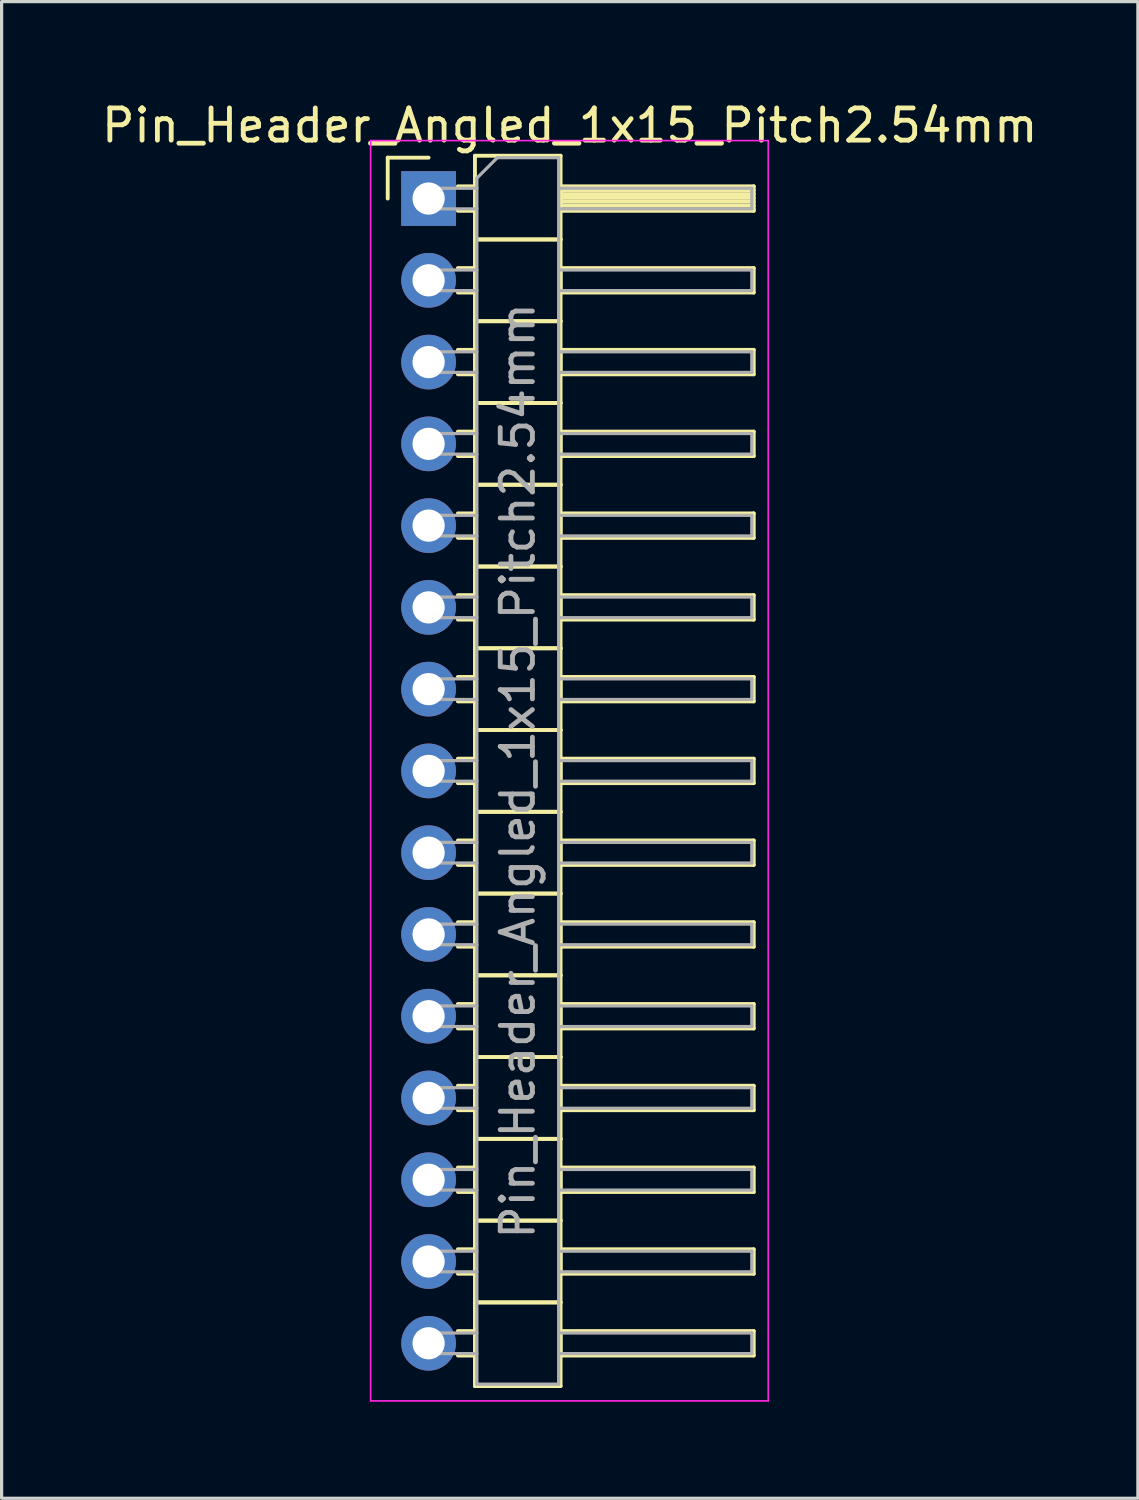
<source format=kicad_pcb>
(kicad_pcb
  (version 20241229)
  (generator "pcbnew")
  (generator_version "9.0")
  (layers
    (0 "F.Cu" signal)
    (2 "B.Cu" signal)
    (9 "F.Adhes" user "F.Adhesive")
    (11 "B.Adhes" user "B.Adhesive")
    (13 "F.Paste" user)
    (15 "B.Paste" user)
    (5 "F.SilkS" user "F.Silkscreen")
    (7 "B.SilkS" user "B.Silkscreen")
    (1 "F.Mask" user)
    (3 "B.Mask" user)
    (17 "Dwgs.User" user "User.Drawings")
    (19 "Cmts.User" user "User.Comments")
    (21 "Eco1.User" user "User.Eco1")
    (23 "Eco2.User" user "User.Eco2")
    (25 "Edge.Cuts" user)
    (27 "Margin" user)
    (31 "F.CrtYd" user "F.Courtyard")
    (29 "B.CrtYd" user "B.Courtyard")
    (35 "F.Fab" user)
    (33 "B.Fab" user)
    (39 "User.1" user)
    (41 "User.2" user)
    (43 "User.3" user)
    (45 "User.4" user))
  (footprint "Pin_Header_Angled_1x15_Pitch2.54mm"
    (layer "F.Cu")
    (at 10.264 3.118)
    (property "Reference" "Pin_Header_Angled_1x15_Pitch2.54mm" (at 4.385 -2.27 0) (layer "F.SilkS") (effects (font (size 1 1) (thickness 0.15))))
    (attr through_hole)
    (fp_line (start -1.27 -1.27) (end 0 -1.27) (stroke (width 0.12) (type solid)) (layer "F.SilkS"))
    (fp_line (start -1.27 0) (end -1.27 -1.27) (stroke (width 0.12) (type solid)) (layer "F.SilkS"))
    (fp_line (start 0.91 -0.38) (end 1.44 -0.38) (stroke (width 0.12) (type solid)) (layer "F.SilkS"))
    (fp_line (start 0.91 0.38) (end 1.44 0.38) (stroke (width 0.12) (type solid)) (layer "F.SilkS"))
    (fp_line (start 0.91 2.16) (end 1.44 2.16) (stroke (width 0.12) (type solid)) (layer "F.SilkS"))
    (fp_line (start 0.91 2.92) (end 1.44 2.92) (stroke (width 0.12) (type solid)) (layer "F.SilkS"))
    (fp_line (start 0.91 4.7) (end 1.44 4.7) (stroke (width 0.12) (type solid)) (layer "F.SilkS"))
    (fp_line (start 0.91 5.46) (end 1.44 5.46) (stroke (width 0.12) (type solid)) (layer "F.SilkS"))
    (fp_line (start 0.91 7.24) (end 1.44 7.24) (stroke (width 0.12) (type solid)) (layer "F.SilkS"))
    (fp_line (start 0.91 8) (end 1.44 8) (stroke (width 0.12) (type solid)) (layer "F.SilkS"))
    (fp_line (start 0.91 9.78) (end 1.44 9.78) (stroke (width 0.12) (type solid)) (layer "F.SilkS"))
    (fp_line (start 0.91 10.54) (end 1.44 10.54) (stroke (width 0.12) (type solid)) (layer "F.SilkS"))
    (fp_line (start 0.91 12.32) (end 1.44 12.32) (stroke (width 0.12) (type solid)) (layer "F.SilkS"))
    (fp_line (start 0.91 13.08) (end 1.44 13.08) (stroke (width 0.12) (type solid)) (layer "F.SilkS"))
    (fp_line (start 0.91 14.86) (end 1.44 14.86) (stroke (width 0.12) (type solid)) (layer "F.SilkS"))
    (fp_line (start 0.91 15.62) (end 1.44 15.62) (stroke (width 0.12) (type solid)) (layer "F.SilkS"))
    (fp_line (start 0.91 17.4) (end 1.44 17.4) (stroke (width 0.12) (type solid)) (layer "F.SilkS"))
    (fp_line (start 0.91 18.16) (end 1.44 18.16) (stroke (width 0.12) (type solid)) (layer "F.SilkS"))
    (fp_line (start 0.91 19.94) (end 1.44 19.94) (stroke (width 0.12) (type solid)) (layer "F.SilkS"))
    (fp_line (start 0.91 20.7) (end 1.44 20.7) (stroke (width 0.12) (type solid)) (layer "F.SilkS"))
    (fp_line (start 0.91 22.48) (end 1.44 22.48) (stroke (width 0.12) (type solid)) (layer "F.SilkS"))
    (fp_line (start 0.91 23.24) (end 1.44 23.24) (stroke (width 0.12) (type solid)) (layer "F.SilkS"))
    (fp_line (start 0.91 25.02) (end 1.44 25.02) (stroke (width 0.12) (type solid)) (layer "F.SilkS"))
    (fp_line (start 0.91 25.78) (end 1.44 25.78) (stroke (width 0.12) (type solid)) (layer "F.SilkS"))
    (fp_line (start 0.91 27.56) (end 1.44 27.56) (stroke (width 0.12) (type solid)) (layer "F.SilkS"))
    (fp_line (start 0.91 28.32) (end 1.44 28.32) (stroke (width 0.12) (type solid)) (layer "F.SilkS"))
    (fp_line (start 0.91 30.1) (end 1.44 30.1) (stroke (width 0.12) (type solid)) (layer "F.SilkS"))
    (fp_line (start 0.91 30.86) (end 1.44 30.86) (stroke (width 0.12) (type solid)) (layer "F.SilkS"))
    (fp_line (start 0.91 32.64) (end 1.44 32.64) (stroke (width 0.12) (type solid)) (layer "F.SilkS"))
    (fp_line (start 0.91 33.4) (end 1.44 33.4) (stroke (width 0.12) (type solid)) (layer "F.SilkS"))
    (fp_line (start 0.91 35.18) (end 1.44 35.18) (stroke (width 0.12) (type solid)) (layer "F.SilkS"))
    (fp_line (start 0.91 35.94) (end 1.44 35.94) (stroke (width 0.12) (type solid)) (layer "F.SilkS"))
    (fp_line (start 1.44 -1.33) (end 1.44 1.27) (stroke (width 0.12) (type solid)) (layer "F.SilkS"))
    (fp_line (start 1.44 1.27) (end 1.44 3.81) (stroke (width 0.12) (type solid)) (layer "F.SilkS"))
    (fp_line (start 1.44 1.27) (end 4.1 1.27) (stroke (width 0.12) (type solid)) (layer "F.SilkS"))
    (fp_line (start 1.44 3.81) (end 1.44 6.35) (stroke (width 0.12) (type solid)) (layer "F.SilkS"))
    (fp_line (start 1.44 3.81) (end 4.1 3.81) (stroke (width 0.12) (type solid)) (layer "F.SilkS"))
    (fp_line (start 1.44 6.35) (end 1.44 8.89) (stroke (width 0.12) (type solid)) (layer "F.SilkS"))
    (fp_line (start 1.44 6.35) (end 4.1 6.35) (stroke (width 0.12) (type solid)) (layer "F.SilkS"))
    (fp_line (start 1.44 8.89) (end 1.44 11.43) (stroke (width 0.12) (type solid)) (layer "F.SilkS"))
    (fp_line (start 1.44 8.89) (end 4.1 8.89) (stroke (width 0.12) (type solid)) (layer "F.SilkS"))
    (fp_line (start 1.44 11.43) (end 1.44 13.97) (stroke (width 0.12) (type solid)) (layer "F.SilkS"))
    (fp_line (start 1.44 11.43) (end 4.1 11.43) (stroke (width 0.12) (type solid)) (layer "F.SilkS"))
    (fp_line (start 1.44 13.97) (end 1.44 16.51) (stroke (width 0.12) (type solid)) (layer "F.SilkS"))
    (fp_line (start 1.44 13.97) (end 4.1 13.97) (stroke (width 0.12) (type solid)) (layer "F.SilkS"))
    (fp_line (start 1.44 16.51) (end 1.44 19.05) (stroke (width 0.12) (type solid)) (layer "F.SilkS"))
    (fp_line (start 1.44 16.51) (end 4.1 16.51) (stroke (width 0.12) (type solid)) (layer "F.SilkS"))
    (fp_line (start 1.44 19.05) (end 1.44 21.59) (stroke (width 0.12) (type solid)) (layer "F.SilkS"))
    (fp_line (start 1.44 19.05) (end 4.1 19.05) (stroke (width 0.12) (type solid)) (layer "F.SilkS"))
    (fp_line (start 1.44 21.59) (end 1.44 24.13) (stroke (width 0.12) (type solid)) (layer "F.SilkS"))
    (fp_line (start 1.44 21.59) (end 4.1 21.59) (stroke (width 0.12) (type solid)) (layer "F.SilkS"))
    (fp_line (start 1.44 24.13) (end 1.44 26.67) (stroke (width 0.12) (type solid)) (layer "F.SilkS"))
    (fp_line (start 1.44 24.13) (end 4.1 24.13) (stroke (width 0.12) (type solid)) (layer "F.SilkS"))
    (fp_line (start 1.44 26.67) (end 1.44 29.21) (stroke (width 0.12) (type solid)) (layer "F.SilkS"))
    (fp_line (start 1.44 26.67) (end 4.1 26.67) (stroke (width 0.12) (type solid)) (layer "F.SilkS"))
    (fp_line (start 1.44 29.21) (end 1.44 31.75) (stroke (width 0.12) (type solid)) (layer "F.SilkS"))
    (fp_line (start 1.44 29.21) (end 4.1 29.21) (stroke (width 0.12) (type solid)) (layer "F.SilkS"))
    (fp_line (start 1.44 31.75) (end 1.44 34.29) (stroke (width 0.12) (type solid)) (layer "F.SilkS"))
    (fp_line (start 1.44 31.75) (end 4.1 31.75) (stroke (width 0.12) (type solid)) (layer "F.SilkS"))
    (fp_line (start 1.44 34.29) (end 1.44 36.89) (stroke (width 0.12) (type solid)) (layer "F.SilkS"))
    (fp_line (start 1.44 34.29) (end 4.1 34.29) (stroke (width 0.12) (type solid)) (layer "F.SilkS"))
    (fp_line (start 1.44 36.89) (end 4.1 36.89) (stroke (width 0.12) (type solid)) (layer "F.SilkS"))
    (fp_line (start 4.1 -1.33) (end 1.44 -1.33) (stroke (width 0.12) (type solid)) (layer "F.SilkS"))
    (fp_line (start 4.1 -0.38) (end 4.1 0.38) (stroke (width 0.12) (type solid)) (layer "F.SilkS"))
    (fp_line (start 4.1 -0.26) (end 10.1 -0.26) (stroke (width 0.12) (type solid)) (layer "F.SilkS"))
    (fp_line (start 4.1 -0.14) (end 10.1 -0.14) (stroke (width 0.12) (type solid)) (layer "F.SilkS"))
    (fp_line (start 4.1 -0.02) (end 10.1 -0.02) (stroke (width 0.12) (type solid)) (layer "F.SilkS"))
    (fp_line (start 4.1 0.1) (end 10.1 0.1) (stroke (width 0.12) (type solid)) (layer "F.SilkS"))
    (fp_line (start 4.1 0.22) (end 10.1 0.22) (stroke (width 0.12) (type solid)) (layer "F.SilkS"))
    (fp_line (start 4.1 0.34) (end 10.1 0.34) (stroke (width 0.12) (type solid)) (layer "F.SilkS"))
    (fp_line (start 4.1 0.38) (end 10.1 0.38) (stroke (width 0.12) (type solid)) (layer "F.SilkS"))
    (fp_line (start 4.1 1.27) (end 1.44 1.27) (stroke (width 0.12) (type solid)) (layer "F.SilkS"))
    (fp_line (start 4.1 1.27) (end 4.1 -1.33) (stroke (width 0.12) (type solid)) (layer "F.SilkS"))
    (fp_line (start 4.1 2.16) (end 4.1 2.92) (stroke (width 0.12) (type solid)) (layer "F.SilkS"))
    (fp_line (start 4.1 2.92) (end 10.1 2.92) (stroke (width 0.12) (type solid)) (layer "F.SilkS"))
    (fp_line (start 4.1 3.81) (end 1.44 3.81) (stroke (width 0.12) (type solid)) (layer "F.SilkS"))
    (fp_line (start 4.1 3.81) (end 4.1 1.27) (stroke (width 0.12) (type solid)) (layer "F.SilkS"))
    (fp_line (start 4.1 4.7) (end 4.1 5.46) (stroke (width 0.12) (type solid)) (layer "F.SilkS"))
    (fp_line (start 4.1 5.46) (end 10.1 5.46) (stroke (width 0.12) (type solid)) (layer "F.SilkS"))
    (fp_line (start 4.1 6.35) (end 1.44 6.35) (stroke (width 0.12) (type solid)) (layer "F.SilkS"))
    (fp_line (start 4.1 6.35) (end 4.1 3.81) (stroke (width 0.12) (type solid)) (layer "F.SilkS"))
    (fp_line (start 4.1 7.24) (end 4.1 8) (stroke (width 0.12) (type solid)) (layer "F.SilkS"))
    (fp_line (start 4.1 8) (end 10.1 8) (stroke (width 0.12) (type solid)) (layer "F.SilkS"))
    (fp_line (start 4.1 8.89) (end 1.44 8.89) (stroke (width 0.12) (type solid)) (layer "F.SilkS"))
    (fp_line (start 4.1 8.89) (end 4.1 6.35) (stroke (width 0.12) (type solid)) (layer "F.SilkS"))
    (fp_line (start 4.1 9.78) (end 4.1 10.54) (stroke (width 0.12) (type solid)) (layer "F.SilkS"))
    (fp_line (start 4.1 10.54) (end 10.1 10.54) (stroke (width 0.12) (type solid)) (layer "F.SilkS"))
    (fp_line (start 4.1 11.43) (end 1.44 11.43) (stroke (width 0.12) (type solid)) (layer "F.SilkS"))
    (fp_line (start 4.1 11.43) (end 4.1 8.89) (stroke (width 0.12) (type solid)) (layer "F.SilkS"))
    (fp_line (start 4.1 12.32) (end 4.1 13.08) (stroke (width 0.12) (type solid)) (layer "F.SilkS"))
    (fp_line (start 4.1 13.08) (end 10.1 13.08) (stroke (width 0.12) (type solid)) (layer "F.SilkS"))
    (fp_line (start 4.1 13.97) (end 1.44 13.97) (stroke (width 0.12) (type solid)) (layer "F.SilkS"))
    (fp_line (start 4.1 13.97) (end 4.1 11.43) (stroke (width 0.12) (type solid)) (layer "F.SilkS"))
    (fp_line (start 4.1 14.86) (end 4.1 15.62) (stroke (width 0.12) (type solid)) (layer "F.SilkS"))
    (fp_line (start 4.1 15.62) (end 10.1 15.62) (stroke (width 0.12) (type solid)) (layer "F.SilkS"))
    (fp_line (start 4.1 16.51) (end 1.44 16.51) (stroke (width 0.12) (type solid)) (layer "F.SilkS"))
    (fp_line (start 4.1 16.51) (end 4.1 13.97) (stroke (width 0.12) (type solid)) (layer "F.SilkS"))
    (fp_line (start 4.1 17.4) (end 4.1 18.16) (stroke (width 0.12) (type solid)) (layer "F.SilkS"))
    (fp_line (start 4.1 18.16) (end 10.1 18.16) (stroke (width 0.12) (type solid)) (layer "F.SilkS"))
    (fp_line (start 4.1 19.05) (end 1.44 19.05) (stroke (width 0.12) (type solid)) (layer "F.SilkS"))
    (fp_line (start 4.1 19.05) (end 4.1 16.51) (stroke (width 0.12) (type solid)) (layer "F.SilkS"))
    (fp_line (start 4.1 19.94) (end 4.1 20.7) (stroke (width 0.12) (type solid)) (layer "F.SilkS"))
    (fp_line (start 4.1 20.7) (end 10.1 20.7) (stroke (width 0.12) (type solid)) (layer "F.SilkS"))
    (fp_line (start 4.1 21.59) (end 1.44 21.59) (stroke (width 0.12) (type solid)) (layer "F.SilkS"))
    (fp_line (start 4.1 21.59) (end 4.1 19.05) (stroke (width 0.12) (type solid)) (layer "F.SilkS"))
    (fp_line (start 4.1 22.48) (end 4.1 23.24) (stroke (width 0.12) (type solid)) (layer "F.SilkS"))
    (fp_line (start 4.1 23.24) (end 10.1 23.24) (stroke (width 0.12) (type solid)) (layer "F.SilkS"))
    (fp_line (start 4.1 24.13) (end 1.44 24.13) (stroke (width 0.12) (type solid)) (layer "F.SilkS"))
    (fp_line (start 4.1 24.13) (end 4.1 21.59) (stroke (width 0.12) (type solid)) (layer "F.SilkS"))
    (fp_line (start 4.1 25.02) (end 4.1 25.78) (stroke (width 0.12) (type solid)) (layer "F.SilkS"))
    (fp_line (start 4.1 25.78) (end 10.1 25.78) (stroke (width 0.12) (type solid)) (layer "F.SilkS"))
    (fp_line (start 4.1 26.67) (end 1.44 26.67) (stroke (width 0.12) (type solid)) (layer "F.SilkS"))
    (fp_line (start 4.1 26.67) (end 4.1 24.13) (stroke (width 0.12) (type solid)) (layer "F.SilkS"))
    (fp_line (start 4.1 27.56) (end 4.1 28.32) (stroke (width 0.12) (type solid)) (layer "F.SilkS"))
    (fp_line (start 4.1 28.32) (end 10.1 28.32) (stroke (width 0.12) (type solid)) (layer "F.SilkS"))
    (fp_line (start 4.1 29.21) (end 1.44 29.21) (stroke (width 0.12) (type solid)) (layer "F.SilkS"))
    (fp_line (start 4.1 29.21) (end 4.1 26.67) (stroke (width 0.12) (type solid)) (layer "F.SilkS"))
    (fp_line (start 4.1 30.1) (end 4.1 30.86) (stroke (width 0.12) (type solid)) (layer "F.SilkS"))
    (fp_line (start 4.1 30.86) (end 10.1 30.86) (stroke (width 0.12) (type solid)) (layer "F.SilkS"))
    (fp_line (start 4.1 31.75) (end 1.44 31.75) (stroke (width 0.12) (type solid)) (layer "F.SilkS"))
    (fp_line (start 4.1 31.75) (end 4.1 29.21) (stroke (width 0.12) (type solid)) (layer "F.SilkS"))
    (fp_line (start 4.1 32.64) (end 4.1 33.4) (stroke (width 0.12) (type solid)) (layer "F.SilkS"))
    (fp_line (start 4.1 33.4) (end 10.1 33.4) (stroke (width 0.12) (type solid)) (layer "F.SilkS"))
    (fp_line (start 4.1 34.29) (end 1.44 34.29) (stroke (width 0.12) (type solid)) (layer "F.SilkS"))
    (fp_line (start 4.1 34.29) (end 4.1 31.75) (stroke (width 0.12) (type solid)) (layer "F.SilkS"))
    (fp_line (start 4.1 35.18) (end 4.1 35.94) (stroke (width 0.12) (type solid)) (layer "F.SilkS"))
    (fp_line (start 4.1 35.94) (end 10.1 35.94) (stroke (width 0.12) (type solid)) (layer "F.SilkS"))
    (fp_line (start 4.1 36.89) (end 4.1 34.29) (stroke (width 0.12) (type solid)) (layer "F.SilkS"))
    (fp_line (start 10.1 -0.38) (end 4.1 -0.38) (stroke (width 0.12) (type solid)) (layer "F.SilkS"))
    (fp_line (start 10.1 0.38) (end 10.1 -0.38) (stroke (width 0.12) (type solid)) (layer "F.SilkS"))
    (fp_line (start 10.1 2.16) (end 4.1 2.16) (stroke (width 0.12) (type solid)) (layer "F.SilkS"))
    (fp_line (start 10.1 2.92) (end 10.1 2.16) (stroke (width 0.12) (type solid)) (layer "F.SilkS"))
    (fp_line (start 10.1 4.7) (end 4.1 4.7) (stroke (width 0.12) (type solid)) (layer "F.SilkS"))
    (fp_line (start 10.1 5.46) (end 10.1 4.7) (stroke (width 0.12) (type solid)) (layer "F.SilkS"))
    (fp_line (start 10.1 7.24) (end 4.1 7.24) (stroke (width 0.12) (type solid)) (layer "F.SilkS"))
    (fp_line (start 10.1 8) (end 10.1 7.24) (stroke (width 0.12) (type solid)) (layer "F.SilkS"))
    (fp_line (start 10.1 9.78) (end 4.1 9.78) (stroke (width 0.12) (type solid)) (layer "F.SilkS"))
    (fp_line (start 10.1 10.54) (end 10.1 9.78) (stroke (width 0.12) (type solid)) (layer "F.SilkS"))
    (fp_line (start 10.1 12.32) (end 4.1 12.32) (stroke (width 0.12) (type solid)) (layer "F.SilkS"))
    (fp_line (start 10.1 13.08) (end 10.1 12.32) (stroke (width 0.12) (type solid)) (layer "F.SilkS"))
    (fp_line (start 10.1 14.86) (end 4.1 14.86) (stroke (width 0.12) (type solid)) (layer "F.SilkS"))
    (fp_line (start 10.1 15.62) (end 10.1 14.86) (stroke (width 0.12) (type solid)) (layer "F.SilkS"))
    (fp_line (start 10.1 17.4) (end 4.1 17.4) (stroke (width 0.12) (type solid)) (layer "F.SilkS"))
    (fp_line (start 10.1 18.16) (end 10.1 17.4) (stroke (width 0.12) (type solid)) (layer "F.SilkS"))
    (fp_line (start 10.1 19.94) (end 4.1 19.94) (stroke (width 0.12) (type solid)) (layer "F.SilkS"))
    (fp_line (start 10.1 20.7) (end 10.1 19.94) (stroke (width 0.12) (type solid)) (layer "F.SilkS"))
    (fp_line (start 10.1 22.48) (end 4.1 22.48) (stroke (width 0.12) (type solid)) (layer "F.SilkS"))
    (fp_line (start 10.1 23.24) (end 10.1 22.48) (stroke (width 0.12) (type solid)) (layer "F.SilkS"))
    (fp_line (start 10.1 25.02) (end 4.1 25.02) (stroke (width 0.12) (type solid)) (layer "F.SilkS"))
    (fp_line (start 10.1 25.78) (end 10.1 25.02) (stroke (width 0.12) (type solid)) (layer "F.SilkS"))
    (fp_line (start 10.1 27.56) (end 4.1 27.56) (stroke (width 0.12) (type solid)) (layer "F.SilkS"))
    (fp_line (start 10.1 28.32) (end 10.1 27.56) (stroke (width 0.12) (type solid)) (layer "F.SilkS"))
    (fp_line (start 10.1 30.1) (end 4.1 30.1) (stroke (width 0.12) (type solid)) (layer "F.SilkS"))
    (fp_line (start 10.1 30.86) (end 10.1 30.1) (stroke (width 0.12) (type solid)) (layer "F.SilkS"))
    (fp_line (start 10.1 32.64) (end 4.1 32.64) (stroke (width 0.12) (type solid)) (layer "F.SilkS"))
    (fp_line (start 10.1 33.4) (end 10.1 32.64) (stroke (width 0.12) (type solid)) (layer "F.SilkS"))
    (fp_line (start 10.1 35.18) (end 4.1 35.18) (stroke (width 0.12) (type solid)) (layer "F.SilkS"))
    (fp_line (start 10.1 35.94) (end 10.1 35.18) (stroke (width 0.12) (type solid)) (layer "F.SilkS"))
    (fp_line (start -1.8 -1.8) (end -1.8 37.35) (stroke (width 0.05) (type solid)) (layer "F.CrtYd"))
    (fp_line (start -1.8 37.35) (end 10.55 37.35) (stroke (width 0.05) (type solid)) (layer "F.CrtYd"))
    (fp_line (start 10.55 -1.8) (end -1.8 -1.8) (stroke (width 0.05) (type solid)) (layer "F.CrtYd"))
    (fp_line (start 10.55 37.35) (end 10.55 -1.8) (stroke (width 0.05) (type solid)) (layer "F.CrtYd"))
    (fp_line (start -0.32 -0.32) (end -0.32 0.32) (stroke (width 0.1) (type solid)) (layer "F.Fab"))
    (fp_line (start -0.32 -0.32) (end 1.5 -0.32) (stroke (width 0.1) (type solid)) (layer "F.Fab"))
    (fp_line (start -0.32 0.32) (end 1.5 0.32) (stroke (width 0.1) (type solid)) (layer "F.Fab"))
    (fp_line (start -0.32 2.22) (end -0.32 2.86) (stroke (width 0.1) (type solid)) (layer "F.Fab"))
    (fp_line (start -0.32 2.22) (end 1.5 2.22) (stroke (width 0.1) (type solid)) (layer "F.Fab"))
    (fp_line (start -0.32 2.86) (end 1.5 2.86) (stroke (width 0.1) (type solid)) (layer "F.Fab"))
    (fp_line (start -0.32 4.76) (end -0.32 5.4) (stroke (width 0.1) (type solid)) (layer "F.Fab"))
    (fp_line (start -0.32 4.76) (end 1.5 4.76) (stroke (width 0.1) (type solid)) (layer "F.Fab"))
    (fp_line (start -0.32 5.4) (end 1.5 5.4) (stroke (width 0.1) (type solid)) (layer "F.Fab"))
    (fp_line (start -0.32 7.3) (end -0.32 7.94) (stroke (width 0.1) (type solid)) (layer "F.Fab"))
    (fp_line (start -0.32 7.3) (end 1.5 7.3) (stroke (width 0.1) (type solid)) (layer "F.Fab"))
    (fp_line (start -0.32 7.94) (end 1.5 7.94) (stroke (width 0.1) (type solid)) (layer "F.Fab"))
    (fp_line (start -0.32 9.84) (end -0.32 10.48) (stroke (width 0.1) (type solid)) (layer "F.Fab"))
    (fp_line (start -0.32 9.84) (end 1.5 9.84) (stroke (width 0.1) (type solid)) (layer "F.Fab"))
    (fp_line (start -0.32 10.48) (end 1.5 10.48) (stroke (width 0.1) (type solid)) (layer "F.Fab"))
    (fp_line (start -0.32 12.38) (end -0.32 13.02) (stroke (width 0.1) (type solid)) (layer "F.Fab"))
    (fp_line (start -0.32 12.38) (end 1.5 12.38) (stroke (width 0.1) (type solid)) (layer "F.Fab"))
    (fp_line (start -0.32 13.02) (end 1.5 13.02) (stroke (width 0.1) (type solid)) (layer "F.Fab"))
    (fp_line (start -0.32 14.92) (end -0.32 15.56) (stroke (width 0.1) (type solid)) (layer "F.Fab"))
    (fp_line (start -0.32 14.92) (end 1.5 14.92) (stroke (width 0.1) (type solid)) (layer "F.Fab"))
    (fp_line (start -0.32 15.56) (end 1.5 15.56) (stroke (width 0.1) (type solid)) (layer "F.Fab"))
    (fp_line (start -0.32 17.46) (end -0.32 18.1) (stroke (width 0.1) (type solid)) (layer "F.Fab"))
    (fp_line (start -0.32 17.46) (end 1.5 17.46) (stroke (width 0.1) (type solid)) (layer "F.Fab"))
    (fp_line (start -0.32 18.1) (end 1.5 18.1) (stroke (width 0.1) (type solid)) (layer "F.Fab"))
    (fp_line (start -0.32 20) (end -0.32 20.64) (stroke (width 0.1) (type solid)) (layer "F.Fab"))
    (fp_line (start -0.32 20) (end 1.5 20) (stroke (width 0.1) (type solid)) (layer "F.Fab"))
    (fp_line (start -0.32 20.64) (end 1.5 20.64) (stroke (width 0.1) (type solid)) (layer "F.Fab"))
    (fp_line (start -0.32 22.54) (end -0.32 23.18) (stroke (width 0.1) (type solid)) (layer "F.Fab"))
    (fp_line (start -0.32 22.54) (end 1.5 22.54) (stroke (width 0.1) (type solid)) (layer "F.Fab"))
    (fp_line (start -0.32 23.18) (end 1.5 23.18) (stroke (width 0.1) (type solid)) (layer "F.Fab"))
    (fp_line (start -0.32 25.08) (end -0.32 25.72) (stroke (width 0.1) (type solid)) (layer "F.Fab"))
    (fp_line (start -0.32 25.08) (end 1.5 25.08) (stroke (width 0.1) (type solid)) (layer "F.Fab"))
    (fp_line (start -0.32 25.72) (end 1.5 25.72) (stroke (width 0.1) (type solid)) (layer "F.Fab"))
    (fp_line (start -0.32 27.62) (end -0.32 28.26) (stroke (width 0.1) (type solid)) (layer "F.Fab"))
    (fp_line (start -0.32 27.62) (end 1.5 27.62) (stroke (width 0.1) (type solid)) (layer "F.Fab"))
    (fp_line (start -0.32 28.26) (end 1.5 28.26) (stroke (width 0.1) (type solid)) (layer "F.Fab"))
    (fp_line (start -0.32 30.16) (end -0.32 30.8) (stroke (width 0.1) (type solid)) (layer "F.Fab"))
    (fp_line (start -0.32 30.16) (end 1.5 30.16) (stroke (width 0.1) (type solid)) (layer "F.Fab"))
    (fp_line (start -0.32 30.8) (end 1.5 30.8) (stroke (width 0.1) (type solid)) (layer "F.Fab"))
    (fp_line (start -0.32 32.7) (end -0.32 33.34) (stroke (width 0.1) (type solid)) (layer "F.Fab"))
    (fp_line (start -0.32 32.7) (end 1.5 32.7) (stroke (width 0.1) (type solid)) (layer "F.Fab"))
    (fp_line (start -0.32 33.34) (end 1.5 33.34) (stroke (width 0.1) (type solid)) (layer "F.Fab"))
    (fp_line (start -0.32 35.24) (end -0.32 35.88) (stroke (width 0.1) (type solid)) (layer "F.Fab"))
    (fp_line (start -0.32 35.24) (end 1.5 35.24) (stroke (width 0.1) (type solid)) (layer "F.Fab"))
    (fp_line (start -0.32 35.88) (end 1.5 35.88) (stroke (width 0.1) (type solid)) (layer "F.Fab"))
    (fp_line (start 1.5 -0.635) (end 2.135 -1.27) (stroke (width 0.1) (type solid)) (layer "F.Fab"))
    (fp_line (start 1.5 36.83) (end 1.5 -0.635) (stroke (width 0.1) (type solid)) (layer "F.Fab"))
    (fp_line (start 2.135 -1.27) (end 4.04 -1.27) (stroke (width 0.1) (type solid)) (layer "F.Fab"))
    (fp_line (start 4.04 -1.27) (end 4.04 36.83) (stroke (width 0.1) (type solid)) (layer "F.Fab"))
    (fp_line (start 4.04 -0.32) (end 10.04 -0.32) (stroke (width 0.1) (type solid)) (layer "F.Fab"))
    (fp_line (start 4.04 0.32) (end 10.04 0.32) (stroke (width 0.1) (type solid)) (layer "F.Fab"))
    (fp_line (start 4.04 2.22) (end 10.04 2.22) (stroke (width 0.1) (type solid)) (layer "F.Fab"))
    (fp_line (start 4.04 2.86) (end 10.04 2.86) (stroke (width 0.1) (type solid)) (layer "F.Fab"))
    (fp_line (start 4.04 4.76) (end 10.04 4.76) (stroke (width 0.1) (type solid)) (layer "F.Fab"))
    (fp_line (start 4.04 5.4) (end 10.04 5.4) (stroke (width 0.1) (type solid)) (layer "F.Fab"))
    (fp_line (start 4.04 7.3) (end 10.04 7.3) (stroke (width 0.1) (type solid)) (layer "F.Fab"))
    (fp_line (start 4.04 7.94) (end 10.04 7.94) (stroke (width 0.1) (type solid)) (layer "F.Fab"))
    (fp_line (start 4.04 9.84) (end 10.04 9.84) (stroke (width 0.1) (type solid)) (layer "F.Fab"))
    (fp_line (start 4.04 10.48) (end 10.04 10.48) (stroke (width 0.1) (type solid)) (layer "F.Fab"))
    (fp_line (start 4.04 12.38) (end 10.04 12.38) (stroke (width 0.1) (type solid)) (layer "F.Fab"))
    (fp_line (start 4.04 13.02) (end 10.04 13.02) (stroke (width 0.1) (type solid)) (layer "F.Fab"))
    (fp_line (start 4.04 14.92) (end 10.04 14.92) (stroke (width 0.1) (type solid)) (layer "F.Fab"))
    (fp_line (start 4.04 15.56) (end 10.04 15.56) (stroke (width 0.1) (type solid)) (layer "F.Fab"))
    (fp_line (start 4.04 17.46) (end 10.04 17.46) (stroke (width 0.1) (type solid)) (layer "F.Fab"))
    (fp_line (start 4.04 18.1) (end 10.04 18.1) (stroke (width 0.1) (type solid)) (layer "F.Fab"))
    (fp_line (start 4.04 20) (end 10.04 20) (stroke (width 0.1) (type solid)) (layer "F.Fab"))
    (fp_line (start 4.04 20.64) (end 10.04 20.64) (stroke (width 0.1) (type solid)) (layer "F.Fab"))
    (fp_line (start 4.04 22.54) (end 10.04 22.54) (stroke (width 0.1) (type solid)) (layer "F.Fab"))
    (fp_line (start 4.04 23.18) (end 10.04 23.18) (stroke (width 0.1) (type solid)) (layer "F.Fab"))
    (fp_line (start 4.04 25.08) (end 10.04 25.08) (stroke (width 0.1) (type solid)) (layer "F.Fab"))
    (fp_line (start 4.04 25.72) (end 10.04 25.72) (stroke (width 0.1) (type solid)) (layer "F.Fab"))
    (fp_line (start 4.04 27.62) (end 10.04 27.62) (stroke (width 0.1) (type solid)) (layer "F.Fab"))
    (fp_line (start 4.04 28.26) (end 10.04 28.26) (stroke (width 0.1) (type solid)) (layer "F.Fab"))
    (fp_line (start 4.04 30.16) (end 10.04 30.16) (stroke (width 0.1) (type solid)) (layer "F.Fab"))
    (fp_line (start 4.04 30.8) (end 10.04 30.8) (stroke (width 0.1) (type solid)) (layer "F.Fab"))
    (fp_line (start 4.04 32.7) (end 10.04 32.7) (stroke (width 0.1) (type solid)) (layer "F.Fab"))
    (fp_line (start 4.04 33.34) (end 10.04 33.34) (stroke (width 0.1) (type solid)) (layer "F.Fab"))
    (fp_line (start 4.04 35.24) (end 10.04 35.24) (stroke (width 0.1) (type solid)) (layer "F.Fab"))
    (fp_line (start 4.04 35.88) (end 10.04 35.88) (stroke (width 0.1) (type solid)) (layer "F.Fab"))
    (fp_line (start 4.04 36.83) (end 1.5 36.83) (stroke (width 0.1) (type solid)) (layer "F.Fab"))
    (fp_line (start 10.04 -0.32) (end 10.04 0.32) (stroke (width 0.1) (type solid)) (layer "F.Fab"))
    (fp_line (start 10.04 2.22) (end 10.04 2.86) (stroke (width 0.1) (type solid)) (layer "F.Fab"))
    (fp_line (start 10.04 4.76) (end 10.04 5.4) (stroke (width 0.1) (type solid)) (layer "F.Fab"))
    (fp_line (start 10.04 7.3) (end 10.04 7.94) (stroke (width 0.1) (type solid)) (layer "F.Fab"))
    (fp_line (start 10.04 9.84) (end 10.04 10.48) (stroke (width 0.1) (type solid)) (layer "F.Fab"))
    (fp_line (start 10.04 12.38) (end 10.04 13.02) (stroke (width 0.1) (type solid)) (layer "F.Fab"))
    (fp_line (start 10.04 14.92) (end 10.04 15.56) (stroke (width 0.1) (type solid)) (layer "F.Fab"))
    (fp_line (start 10.04 17.46) (end 10.04 18.1) (stroke (width 0.1) (type solid)) (layer "F.Fab"))
    (fp_line (start 10.04 20) (end 10.04 20.64) (stroke (width 0.1) (type solid)) (layer "F.Fab"))
    (fp_line (start 10.04 22.54) (end 10.04 23.18) (stroke (width 0.1) (type solid)) (layer "F.Fab"))
    (fp_line (start 10.04 25.08) (end 10.04 25.72) (stroke (width 0.1) (type solid)) (layer "F.Fab"))
    (fp_line (start 10.04 27.62) (end 10.04 28.26) (stroke (width 0.1) (type solid)) (layer "F.Fab"))
    (fp_line (start 10.04 30.16) (end 10.04 30.8) (stroke (width 0.1) (type solid)) (layer "F.Fab"))
    (fp_line (start 10.04 32.7) (end 10.04 33.34) (stroke (width 0.1) (type solid)) (layer "F.Fab"))
    (fp_line (start 10.04 35.24) (end 10.04 35.88) (stroke (width 0.1) (type solid)) (layer "F.Fab"))
    (fp_text user "${REFERENCE}" (at 2.77 17.78 90) (layer "F.Fab") (effects (font (size 1 1) (thickness 0.15))))
    (pad "1" thru_hole rect (at 0 0) (size 1.7 1.7) (drill 1) (layers "*.Cu" "*.Mask"))
    (pad "2" thru_hole oval (at 0 2.54) (size 1.7 1.7) (drill 1) (layers "*.Cu" "*.Mask"))
    (pad "3" thru_hole oval (at 0 5.08) (size 1.7 1.7) (drill 1) (layers "*.Cu" "*.Mask"))
    (pad "4" thru_hole oval (at 0 7.62) (size 1.7 1.7) (drill 1) (layers "*.Cu" "*.Mask"))
    (pad "5" thru_hole oval (at 0 10.16) (size 1.7 1.7) (drill 1) (layers "*.Cu" "*.Mask"))
    (pad "6" thru_hole oval (at 0 12.7) (size 1.7 1.7) (drill 1) (layers "*.Cu" "*.Mask"))
    (pad "7" thru_hole oval (at 0 15.24) (size 1.7 1.7) (drill 1) (layers "*.Cu" "*.Mask"))
    (pad "8" thru_hole oval (at 0 17.78) (size 1.7 1.7) (drill 1) (layers "*.Cu" "*.Mask"))
    (pad "9" thru_hole oval (at 0 20.32) (size 1.7 1.7) (drill 1) (layers "*.Cu" "*.Mask"))
    (pad "10" thru_hole oval (at 0 22.86) (size 1.7 1.7) (drill 1) (layers "*.Cu" "*.Mask"))
    (pad "11" thru_hole oval (at 0 25.4) (size 1.7 1.7) (drill 1) (layers "*.Cu" "*.Mask"))
    (pad "12" thru_hole oval (at 0 27.94) (size 1.7 1.7) (drill 1) (layers "*.Cu" "*.Mask"))
    (pad "13" thru_hole oval (at 0 30.48) (size 1.7 1.7) (drill 1) (layers "*.Cu" "*.Mask"))
    (pad "14" thru_hole oval (at 0 33.02) (size 1.7 1.7) (drill 1) (layers "*.Cu" "*.Mask"))
    (pad "15" thru_hole oval (at 0 35.56) (size 1.7 1.7) (drill 1) (layers "*.Cu" "*.Mask")))
  (gr_rect
    (start -3 -3)
    (end 32.298 43.493)
    (stroke (width 0.1) (type default))
    (fill no)
    (layer "Edge.Cuts")))
</source>
